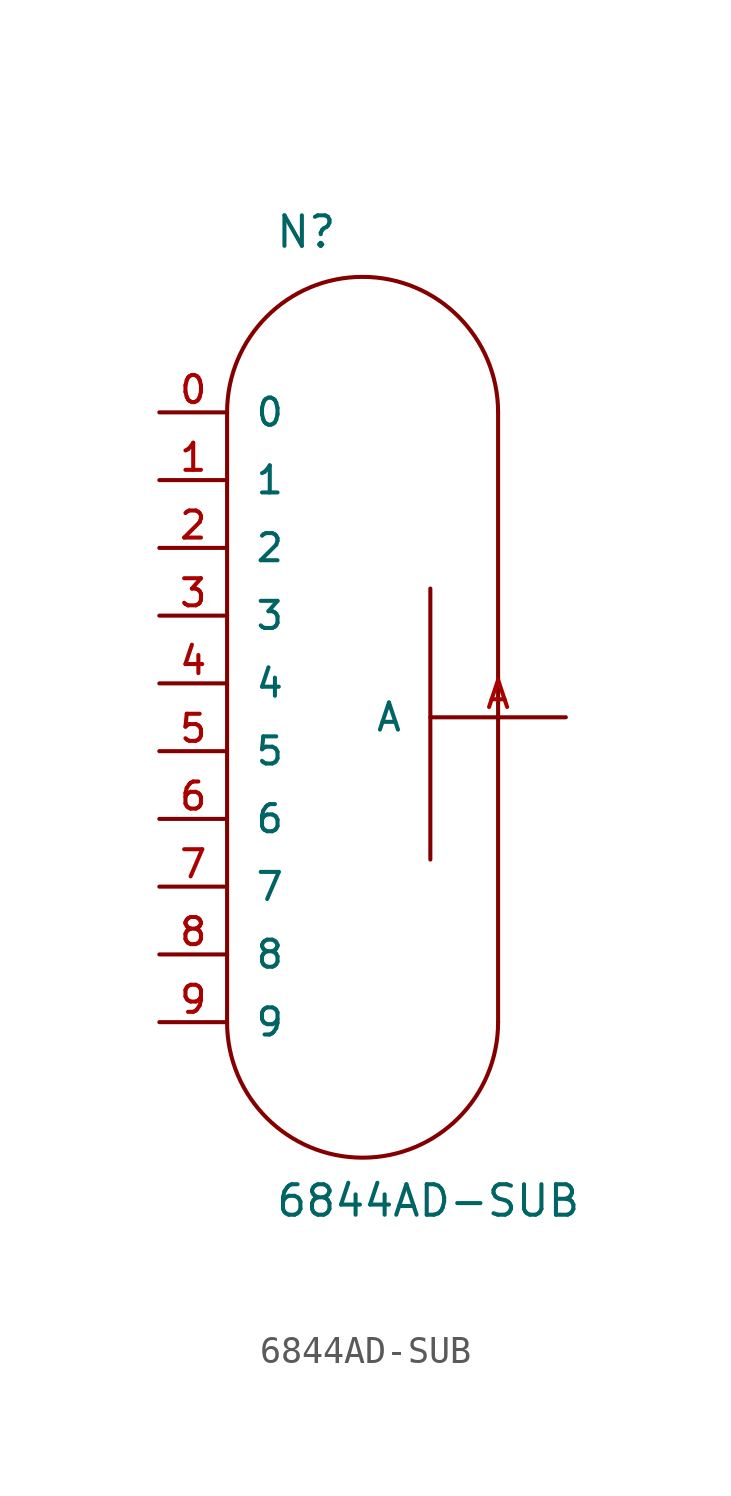
<source format=kicad_sym>
(kicad_symbol_lib
  (version 20220914)
  (generator kicad_symbol_editor)
  (symbol "6844AD-SUB"
    (pin_names
      (offset 1.016))
    (property "Reference" "N"
      (at -38.862 41.656 0)
      (effects (font (size 1.143 1.143)) (justify left bottom)))
    (property "Value" "6844AD-SUB"
      (at -38.862 5.334 0)
      (effects (font (size 1.143 1.143)) (justify left bottom)))
    (property "ki_locked" ""
      (at 0 0 0)
      (effects (font (size 1.27 1.27))))
    (symbol "6844AD-SUB_1_0"
      (polyline (pts (xy -40.64 35.56) (xy -40.64 12.7)) (stroke (width 0) (type solid)) (fill (type none)))
      (polyline (pts (xy -33.02 28.956) (xy -33.02 18.796)) (stroke (width 0) (type solid)) (fill (type none)))
      (polyline (pts (xy -30.48 35.56) (xy -30.48 12.7)) (stroke (width 0) (type solid)) (fill (type none))))
    (symbol "6844AD-SUB_1_1"
      (arc (start -40.64 12.7) (mid -35.56 7.6421) (end -30.48 12.7) (stroke (width 0) (type solid)) (fill (type none)))
      (arc (start -30.48 35.56) (mid -35.56 40.6179) (end -40.64 35.56) (stroke (width 0) (type solid)) (fill (type none)))
      (pin passive line (at -43.18 35.56 0) (length 2.54) (name "0" (effects (font (size 1.016 1.016)))) (number "0" (effects (font (size 1.016 1.016)))))
      (pin passive line (at -43.18 33.02 0) (length 2.54) (name "1" (effects (font (size 1.016 1.016)))) (number "1" (effects (font (size 1.016 1.016)))))
      (pin passive line (at -43.18 30.48 0) (length 2.54) (name "2" (effects (font (size 1.016 1.016)))) (number "2" (effects (font (size 1.016 1.016)))))
      (pin passive line (at -43.18 27.94 0) (length 2.54) (name "3" (effects (font (size 1.016 1.016)))) (number "3" (effects (font (size 1.016 1.016)))))
      (pin passive line (at -43.18 25.4 0) (length 2.54) (name "4" (effects (font (size 1.016 1.016)))) (number "4" (effects (font (size 1.016 1.016)))))
      (pin passive line (at -43.18 22.86 0) (length 2.54) (name "5" (effects (font (size 1.016 1.016)))) (number "5" (effects (font (size 1.016 1.016)))))
      (pin passive line (at -43.18 20.32 0) (length 2.54) (name "6" (effects (font (size 1.016 1.016)))) (number "6" (effects (font (size 1.016 1.016)))))
      (pin passive line (at -43.18 17.78 0) (length 2.54) (name "7" (effects (font (size 1.016 1.016)))) (number "7" (effects (font (size 1.016 1.016)))))
      (pin passive line (at -43.18 15.24 0) (length 2.54) (name "8" (effects (font (size 1.016 1.016)))) (number "8" (effects (font (size 1.016 1.016)))))
      (pin passive line (at -43.18 12.7 0) (length 2.54) (name "9" (effects (font (size 1.016 1.016)))) (number "9" (effects (font (size 1.016 1.016)))))
      (pin passive line (at -27.94 24.13 180) (length 5.08) (name "A" (effects (font (size 1.016 1.016)))) (number "A" (effects (font (size 1.016 1.016))))))))
</source>
